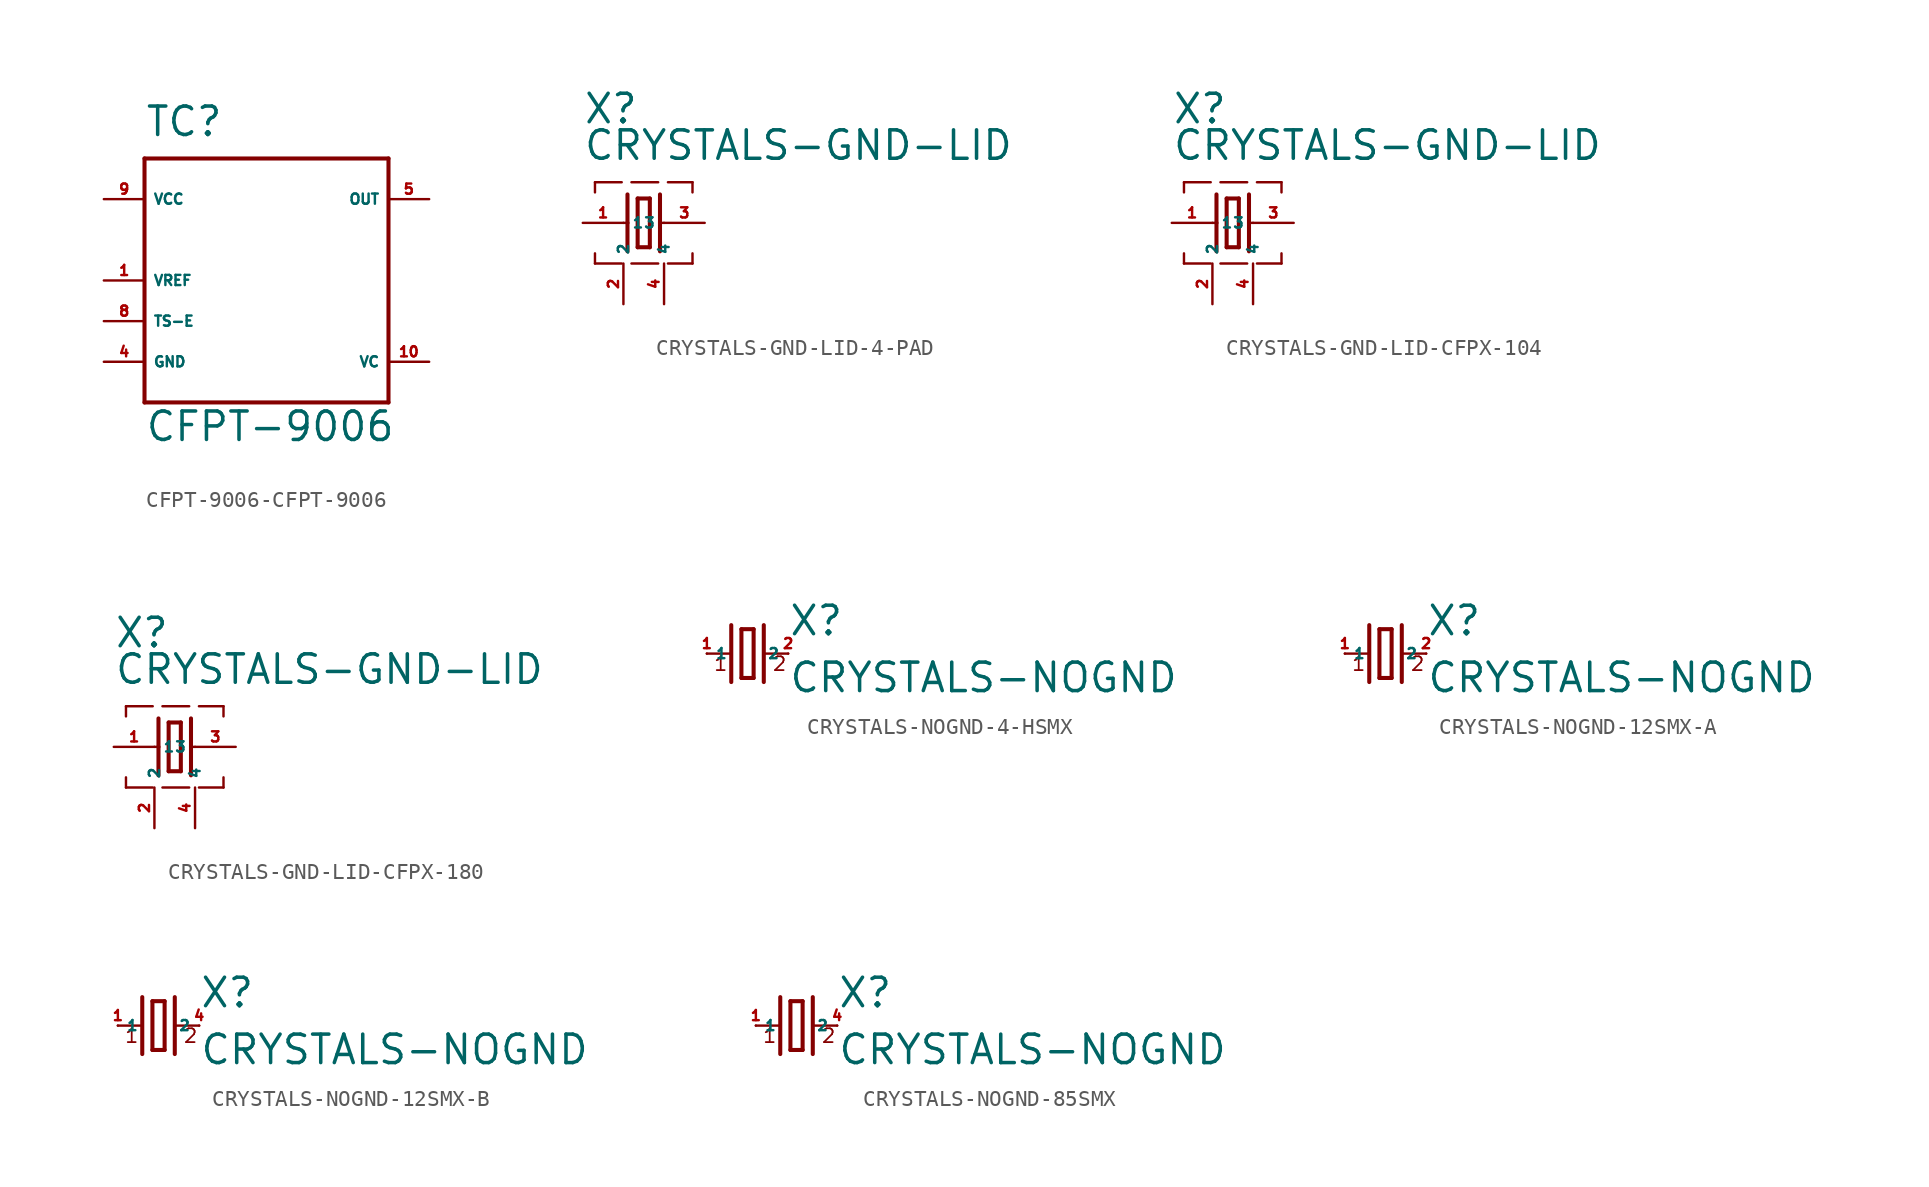
<source format=kicad_sym>
(kicad_symbol_lib
  (version 20220914)
  (generator Eagle2Kicad)
  (symbol "CFPT-9006-CFPT-9006"
    (property "Reference" "TC"
      (at -7.62 6.35 0)
      (effects (font (size 1.778 1.778) (thickness 0.22)) (justify left bottom)))
    (property "Value" "CFPT-9006"
      (at -7.62 -12.7 0)
      (effects (font (size 1.778 1.778) (thickness 0.22)) (justify left bottom)))
    (polyline
      (pts (xy -7.62 5.08) (xy -7.62 -10.16))
      (stroke (width 0.254) (type default))
      (fill (type none)))
    (polyline
      (pts (xy -7.62 -10.16) (xy 7.62 -10.16))
      (stroke (width 0.254) (type default))
      (fill (type none)))
    (polyline
      (pts (xy 7.62 -10.16) (xy 7.62 5.08))
      (stroke (width 0.254) (type default))
      (fill (type none)))
    (polyline
      (pts (xy 7.62 5.08) (xy -7.62 5.08))
      (stroke (width 0.254) (type default))
      (fill (type none)))
    (pin unspecified line
      (at -10.16 2.54 0)
      (length 2.54)
      (name "VCC" (effects (font (size 0.635 0.635) (thickness 0.08)) (justify left bottom)))
      (number "9" (effects (font (size 0.635 0.635) (thickness 0.08)) (justify left bottom))))
    (pin output line
      (at -10.16 -2.54 0)
      (length 2.54)
      (name "VREF" (effects (font (size 0.635 0.635) (thickness 0.08)) (justify left bottom)))
      (number "1" (effects (font (size 0.635 0.635) (thickness 0.08)) (justify left bottom))))
    (pin output line
      (at 10.16 2.54 180)
      (length 2.54)
      (name "OUT" (effects (font (size 0.635 0.635) (thickness 0.08)) (justify left bottom)))
      (number "5" (effects (font (size 0.635 0.635) (thickness 0.08)) (justify left bottom))))
    (pin input line
      (at -10.16 -5.08 0)
      (length 2.54)
      (name "TS-E" (effects (font (size 0.635 0.635) (thickness 0.08)) (justify left bottom)))
      (number "8" (effects (font (size 0.635 0.635) (thickness 0.08)) (justify left bottom))))
    (pin unspecified line
      (at -10.16 -7.62 0)
      (length 2.54)
      (name "GND" (effects (font (size 0.635 0.635) (thickness 0.08)) (justify left bottom)))
      (number "4" (effects (font (size 0.635 0.635) (thickness 0.08)) (justify left bottom))))
    (pin input line
      (at 10.16 -7.62 180)
      (length 2.54)
      (name "VC" (effects (font (size 0.635 0.635) (thickness 0.08)) (justify left bottom)))
      (number "10" (effects (font (size 0.635 0.635) (thickness 0.08)) (justify left bottom)))))
  (symbol "CRYSTALS-GND-LID-4-PAD"
    (property "Reference" "X"
      (at -2.54 6.096 0)
      (effects (font (size 1.778 1.778) (thickness 0.22)) (justify left bottom)))
    (property "Value" "CRYSTALS-GND-LID"
      (at -2.54 3.81 0)
      (effects (font (size 1.778 1.778) (thickness 0.22)) (justify left bottom)))
    (polyline
      (pts (xy 2.286 0) (xy 2.54 0))
      (stroke (width 0.152) (type default))
      (fill (type none)))
    (polyline
      (pts (xy 0 0) (xy 0.254 0))
      (stroke (width 0.152) (type default))
      (fill (type none)))
    (polyline
      (pts (xy 0.889 1.524) (xy 0.889 -1.524))
      (stroke (width 0.254) (type default))
      (fill (type none)))
    (polyline
      (pts (xy 0.889 -1.524) (xy 1.651 -1.524))
      (stroke (width 0.254) (type default))
      (fill (type none)))
    (polyline
      (pts (xy 1.651 -1.524) (xy 1.651 1.524))
      (stroke (width 0.254) (type default))
      (fill (type none)))
    (polyline
      (pts (xy 1.651 1.524) (xy 0.889 1.524))
      (stroke (width 0.254) (type default))
      (fill (type none)))
    (polyline
      (pts (xy 2.286 1.778) (xy 2.286 0))
      (stroke (width 0.254) (type default))
      (fill (type none)))
    (polyline
      (pts (xy 2.286 0) (xy 2.286 -1.778))
      (stroke (width 0.254) (type default))
      (fill (type none)))
    (polyline
      (pts (xy 0.254 1.778) (xy 0.254 0))
      (stroke (width 0.254) (type default))
      (fill (type none)))
    (polyline
      (pts (xy 0.254 0) (xy 0.254 -1.778))
      (stroke (width 0.254) (type default))
      (fill (type none)))
    (polyline
      (pts (xy -1.778 1.905) (xy -1.778 2.54))
      (stroke (width 0.152) (type dash))
      (fill (type none)))
    (polyline
      (pts (xy -1.778 2.54) (xy 4.318 2.54))
      (stroke (width 0.152) (type dash))
      (fill (type none)))
    (polyline
      (pts (xy 4.318 2.54) (xy 4.318 1.905))
      (stroke (width 0.152) (type dash))
      (fill (type none)))
    (polyline
      (pts (xy 4.318 -1.905) (xy 4.318 -2.54))
      (stroke (width 0.152) (type dash))
      (fill (type none)))
    (polyline
      (pts (xy -1.778 -2.54) (xy 4.318 -2.54))
      (stroke (width 0.152) (type dash))
      (fill (type none)))
    (polyline
      (pts (xy -1.778 -2.54) (xy -1.778 -1.905))
      (stroke (width 0.152) (type dash))
      (fill (type none)))
    (pin passive line
      (at 5.08 0 180)
      (length 2.54)
      (name "3" (effects (font (size 0.635 0.635) (thickness 0.08)) (justify left bottom)))
      (number "3" (effects (font (size 0.635 0.635) (thickness 0.08)) (justify left bottom))))
    (pin passive line
      (at -2.54 0 0)
      (length 2.54)
      (name "1" (effects (font (size 0.635 0.635) (thickness 0.08)) (justify left bottom)))
      (number "1" (effects (font (size 0.635 0.635) (thickness 0.08)) (justify left bottom))))
    (pin passive line
      (at 2.54 -5.08 90)
      (length 2.54)
      (name "4" (effects (font (size 0.635 0.635) (thickness 0.08)) (justify left bottom)))
      (number "4" (effects (font (size 0.635 0.635) (thickness 0.08)) (justify left bottom))))
    (pin passive line
      (at 0 -5.08 90)
      (length 2.54)
      (name "2" (effects (font (size 0.635 0.635) (thickness 0.08)) (justify left bottom)))
      (number "2" (effects (font (size 0.635 0.635) (thickness 0.08)) (justify left bottom)))))
  (symbol "CRYSTALS-GND-LID-CFPX-104"
    (property "Reference" "X"
      (at -2.54 6.096 0)
      (effects (font (size 1.778 1.778) (thickness 0.22)) (justify left bottom)))
    (property "Value" "CRYSTALS-GND-LID"
      (at -2.54 3.81 0)
      (effects (font (size 1.778 1.778) (thickness 0.22)) (justify left bottom)))
    (polyline
      (pts (xy 2.286 0) (xy 2.54 0))
      (stroke (width 0.152) (type default))
      (fill (type none)))
    (polyline
      (pts (xy 0 0) (xy 0.254 0))
      (stroke (width 0.152) (type default))
      (fill (type none)))
    (polyline
      (pts (xy 0.889 1.524) (xy 0.889 -1.524))
      (stroke (width 0.254) (type default))
      (fill (type none)))
    (polyline
      (pts (xy 0.889 -1.524) (xy 1.651 -1.524))
      (stroke (width 0.254) (type default))
      (fill (type none)))
    (polyline
      (pts (xy 1.651 -1.524) (xy 1.651 1.524))
      (stroke (width 0.254) (type default))
      (fill (type none)))
    (polyline
      (pts (xy 1.651 1.524) (xy 0.889 1.524))
      (stroke (width 0.254) (type default))
      (fill (type none)))
    (polyline
      (pts (xy 2.286 1.778) (xy 2.286 0))
      (stroke (width 0.254) (type default))
      (fill (type none)))
    (polyline
      (pts (xy 2.286 0) (xy 2.286 -1.778))
      (stroke (width 0.254) (type default))
      (fill (type none)))
    (polyline
      (pts (xy 0.254 1.778) (xy 0.254 0))
      (stroke (width 0.254) (type default))
      (fill (type none)))
    (polyline
      (pts (xy 0.254 0) (xy 0.254 -1.778))
      (stroke (width 0.254) (type default))
      (fill (type none)))
    (polyline
      (pts (xy -1.778 1.905) (xy -1.778 2.54))
      (stroke (width 0.152) (type dash))
      (fill (type none)))
    (polyline
      (pts (xy -1.778 2.54) (xy 4.318 2.54))
      (stroke (width 0.152) (type dash))
      (fill (type none)))
    (polyline
      (pts (xy 4.318 2.54) (xy 4.318 1.905))
      (stroke (width 0.152) (type dash))
      (fill (type none)))
    (polyline
      (pts (xy 4.318 -1.905) (xy 4.318 -2.54))
      (stroke (width 0.152) (type dash))
      (fill (type none)))
    (polyline
      (pts (xy -1.778 -2.54) (xy 4.318 -2.54))
      (stroke (width 0.152) (type dash))
      (fill (type none)))
    (polyline
      (pts (xy -1.778 -2.54) (xy -1.778 -1.905))
      (stroke (width 0.152) (type dash))
      (fill (type none)))
    (pin passive line
      (at 5.08 0 180)
      (length 2.54)
      (name "3" (effects (font (size 0.635 0.635) (thickness 0.08)) (justify left bottom)))
      (number "3" (effects (font (size 0.635 0.635) (thickness 0.08)) (justify left bottom))))
    (pin passive line
      (at -2.54 0 0)
      (length 2.54)
      (name "1" (effects (font (size 0.635 0.635) (thickness 0.08)) (justify left bottom)))
      (number "1" (effects (font (size 0.635 0.635) (thickness 0.08)) (justify left bottom))))
    (pin passive line
      (at 2.54 -5.08 90)
      (length 2.54)
      (name "4" (effects (font (size 0.635 0.635) (thickness 0.08)) (justify left bottom)))
      (number "4" (effects (font (size 0.635 0.635) (thickness 0.08)) (justify left bottom))))
    (pin passive line
      (at 0 -5.08 90)
      (length 2.54)
      (name "2" (effects (font (size 0.635 0.635) (thickness 0.08)) (justify left bottom)))
      (number "2" (effects (font (size 0.635 0.635) (thickness 0.08)) (justify left bottom)))))
  (symbol "CRYSTALS-GND-LID-CFPX-180"
    (property "Reference" "X"
      (at -2.54 6.096 0)
      (effects (font (size 1.778 1.778) (thickness 0.22)) (justify left bottom)))
    (property "Value" "CRYSTALS-GND-LID"
      (at -2.54 3.81 0)
      (effects (font (size 1.778 1.778) (thickness 0.22)) (justify left bottom)))
    (polyline
      (pts (xy 2.286 0) (xy 2.54 0))
      (stroke (width 0.152) (type default))
      (fill (type none)))
    (polyline
      (pts (xy 0 0) (xy 0.254 0))
      (stroke (width 0.152) (type default))
      (fill (type none)))
    (polyline
      (pts (xy 0.889 1.524) (xy 0.889 -1.524))
      (stroke (width 0.254) (type default))
      (fill (type none)))
    (polyline
      (pts (xy 0.889 -1.524) (xy 1.651 -1.524))
      (stroke (width 0.254) (type default))
      (fill (type none)))
    (polyline
      (pts (xy 1.651 -1.524) (xy 1.651 1.524))
      (stroke (width 0.254) (type default))
      (fill (type none)))
    (polyline
      (pts (xy 1.651 1.524) (xy 0.889 1.524))
      (stroke (width 0.254) (type default))
      (fill (type none)))
    (polyline
      (pts (xy 2.286 1.778) (xy 2.286 0))
      (stroke (width 0.254) (type default))
      (fill (type none)))
    (polyline
      (pts (xy 2.286 0) (xy 2.286 -1.778))
      (stroke (width 0.254) (type default))
      (fill (type none)))
    (polyline
      (pts (xy 0.254 1.778) (xy 0.254 0))
      (stroke (width 0.254) (type default))
      (fill (type none)))
    (polyline
      (pts (xy 0.254 0) (xy 0.254 -1.778))
      (stroke (width 0.254) (type default))
      (fill (type none)))
    (polyline
      (pts (xy -1.778 1.905) (xy -1.778 2.54))
      (stroke (width 0.152) (type dash))
      (fill (type none)))
    (polyline
      (pts (xy -1.778 2.54) (xy 4.318 2.54))
      (stroke (width 0.152) (type dash))
      (fill (type none)))
    (polyline
      (pts (xy 4.318 2.54) (xy 4.318 1.905))
      (stroke (width 0.152) (type dash))
      (fill (type none)))
    (polyline
      (pts (xy 4.318 -1.905) (xy 4.318 -2.54))
      (stroke (width 0.152) (type dash))
      (fill (type none)))
    (polyline
      (pts (xy -1.778 -2.54) (xy 4.318 -2.54))
      (stroke (width 0.152) (type dash))
      (fill (type none)))
    (polyline
      (pts (xy -1.778 -2.54) (xy -1.778 -1.905))
      (stroke (width 0.152) (type dash))
      (fill (type none)))
    (pin passive line
      (at 5.08 0 180)
      (length 2.54)
      (name "3" (effects (font (size 0.635 0.635) (thickness 0.08)) (justify left bottom)))
      (number "3" (effects (font (size 0.635 0.635) (thickness 0.08)) (justify left bottom))))
    (pin passive line
      (at -2.54 0 0)
      (length 2.54)
      (name "1" (effects (font (size 0.635 0.635) (thickness 0.08)) (justify left bottom)))
      (number "1" (effects (font (size 0.635 0.635) (thickness 0.08)) (justify left bottom))))
    (pin passive line
      (at 2.54 -5.08 90)
      (length 2.54)
      (name "4" (effects (font (size 0.635 0.635) (thickness 0.08)) (justify left bottom)))
      (number "4" (effects (font (size 0.635 0.635) (thickness 0.08)) (justify left bottom))))
    (pin passive line
      (at 0 -5.08 90)
      (length 2.54)
      (name "2" (effects (font (size 0.635 0.635) (thickness 0.08)) (justify left bottom)))
      (number "2" (effects (font (size 0.635 0.635) (thickness 0.08)) (justify left bottom)))))
  (symbol "CRYSTALS-NOGND-4-HSMX"
    (property "Reference" "X"
      (at 2.54 1.016 0)
      (effects (font (size 1.778 1.778) (thickness 0.22)) (justify left bottom)))
    (property "Value" "CRYSTALS-NOGND"
      (at 2.54 -2.54 0)
      (effects (font (size 1.778 1.778) (thickness 0.22)) (justify left bottom)))
    (polyline
      (pts (xy 1.016 0) (xy 2.54 0))
      (stroke (width 0.152) (type default))
      (fill (type none)))
    (polyline
      (pts (xy -2.54 0) (xy -1.016 0))
      (stroke (width 0.152) (type default))
      (fill (type none)))
    (polyline
      (pts (xy -0.381 1.524) (xy -0.381 -1.524))
      (stroke (width 0.254) (type default))
      (fill (type none)))
    (polyline
      (pts (xy -0.381 -1.524) (xy 0.381 -1.524))
      (stroke (width 0.254) (type default))
      (fill (type none)))
    (polyline
      (pts (xy 0.381 -1.524) (xy 0.381 1.524))
      (stroke (width 0.254) (type default))
      (fill (type none)))
    (polyline
      (pts (xy 0.381 1.524) (xy -0.381 1.524))
      (stroke (width 0.254) (type default))
      (fill (type none)))
    (polyline
      (pts (xy 1.016 1.778) (xy 1.016 -1.778))
      (stroke (width 0.254) (type default))
      (fill (type none)))
    (polyline
      (pts (xy -1.016 1.778) (xy -1.016 -1.778))
      (stroke (width 0.254) (type default))
      (fill (type none)))
    (text "1"
      (at -2.159 -1.143 0)
      (effects (font (size 0.864 0.864) (thickness 0.11)) (justify left bottom)))
    (text "2"
      (at 1.524 -1.143 0)
      (effects (font (size 0.864 0.864) (thickness 0.11)) (justify left bottom)))
    (pin passive line
      (at 2.54 0 180)
      (length 0)
      (name "2" (effects (font (size 0.635 0.635) (thickness 0.08)) (justify left bottom)))
      (number "2" (effects (font (size 0.635 0.635) (thickness 0.08)) (justify left bottom))))
    (pin passive line
      (at -2.54 0 0)
      (length 0)
      (name "1" (effects (font (size 0.635 0.635) (thickness 0.08)) (justify left bottom)))
      (number "1" (effects (font (size 0.635 0.635) (thickness 0.08)) (justify left bottom)))))
  (symbol "CRYSTALS-NOGND-12SMX-A"
    (property "Reference" "X"
      (at 2.54 1.016 0)
      (effects (font (size 1.778 1.778) (thickness 0.22)) (justify left bottom)))
    (property "Value" "CRYSTALS-NOGND"
      (at 2.54 -2.54 0)
      (effects (font (size 1.778 1.778) (thickness 0.22)) (justify left bottom)))
    (polyline
      (pts (xy 1.016 0) (xy 2.54 0))
      (stroke (width 0.152) (type default))
      (fill (type none)))
    (polyline
      (pts (xy -2.54 0) (xy -1.016 0))
      (stroke (width 0.152) (type default))
      (fill (type none)))
    (polyline
      (pts (xy -0.381 1.524) (xy -0.381 -1.524))
      (stroke (width 0.254) (type default))
      (fill (type none)))
    (polyline
      (pts (xy -0.381 -1.524) (xy 0.381 -1.524))
      (stroke (width 0.254) (type default))
      (fill (type none)))
    (polyline
      (pts (xy 0.381 -1.524) (xy 0.381 1.524))
      (stroke (width 0.254) (type default))
      (fill (type none)))
    (polyline
      (pts (xy 0.381 1.524) (xy -0.381 1.524))
      (stroke (width 0.254) (type default))
      (fill (type none)))
    (polyline
      (pts (xy 1.016 1.778) (xy 1.016 -1.778))
      (stroke (width 0.254) (type default))
      (fill (type none)))
    (polyline
      (pts (xy -1.016 1.778) (xy -1.016 -1.778))
      (stroke (width 0.254) (type default))
      (fill (type none)))
    (text "1"
      (at -2.159 -1.143 0)
      (effects (font (size 0.864 0.864) (thickness 0.11)) (justify left bottom)))
    (text "2"
      (at 1.524 -1.143 0)
      (effects (font (size 0.864 0.864) (thickness 0.11)) (justify left bottom)))
    (pin passive line
      (at 2.54 0 180)
      (length 0)
      (name "2" (effects (font (size 0.635 0.635) (thickness 0.08)) (justify left bottom)))
      (number "2" (effects (font (size 0.635 0.635) (thickness 0.08)) (justify left bottom))))
    (pin passive line
      (at -2.54 0 0)
      (length 0)
      (name "1" (effects (font (size 0.635 0.635) (thickness 0.08)) (justify left bottom)))
      (number "1" (effects (font (size 0.635 0.635) (thickness 0.08)) (justify left bottom)))))
  (symbol "CRYSTALS-NOGND-12SMX-B"
    (property "Reference" "X"
      (at 2.54 1.016 0)
      (effects (font (size 1.778 1.778) (thickness 0.22)) (justify left bottom)))
    (property "Value" "CRYSTALS-NOGND"
      (at 2.54 -2.54 0)
      (effects (font (size 1.778 1.778) (thickness 0.22)) (justify left bottom)))
    (polyline
      (pts (xy 1.016 0) (xy 2.54 0))
      (stroke (width 0.152) (type default))
      (fill (type none)))
    (polyline
      (pts (xy -2.54 0) (xy -1.016 0))
      (stroke (width 0.152) (type default))
      (fill (type none)))
    (polyline
      (pts (xy -0.381 1.524) (xy -0.381 -1.524))
      (stroke (width 0.254) (type default))
      (fill (type none)))
    (polyline
      (pts (xy -0.381 -1.524) (xy 0.381 -1.524))
      (stroke (width 0.254) (type default))
      (fill (type none)))
    (polyline
      (pts (xy 0.381 -1.524) (xy 0.381 1.524))
      (stroke (width 0.254) (type default))
      (fill (type none)))
    (polyline
      (pts (xy 0.381 1.524) (xy -0.381 1.524))
      (stroke (width 0.254) (type default))
      (fill (type none)))
    (polyline
      (pts (xy 1.016 1.778) (xy 1.016 -1.778))
      (stroke (width 0.254) (type default))
      (fill (type none)))
    (polyline
      (pts (xy -1.016 1.778) (xy -1.016 -1.778))
      (stroke (width 0.254) (type default))
      (fill (type none)))
    (text "1"
      (at -2.159 -1.143 0)
      (effects (font (size 0.864 0.864) (thickness 0.11)) (justify left bottom)))
    (text "2"
      (at 1.524 -1.143 0)
      (effects (font (size 0.864 0.864) (thickness 0.11)) (justify left bottom)))
    (pin passive line
      (at 2.54 0 180)
      (length 0)
      (name "2" (effects (font (size 0.635 0.635) (thickness 0.08)) (justify left bottom)))
      (number "4" (effects (font (size 0.635 0.635) (thickness 0.08)) (justify left bottom))))
    (pin passive line
      (at -2.54 0 0)
      (length 0)
      (name "1" (effects (font (size 0.635 0.635) (thickness 0.08)) (justify left bottom)))
      (number "1" (effects (font (size 0.635 0.635) (thickness 0.08)) (justify left bottom)))))
  (symbol "CRYSTALS-NOGND-85SMX"
    (property "Reference" "X"
      (at 2.54 1.016 0)
      (effects (font (size 1.778 1.778) (thickness 0.22)) (justify left bottom)))
    (property "Value" "CRYSTALS-NOGND"
      (at 2.54 -2.54 0)
      (effects (font (size 1.778 1.778) (thickness 0.22)) (justify left bottom)))
    (polyline
      (pts (xy 1.016 0) (xy 2.54 0))
      (stroke (width 0.152) (type default))
      (fill (type none)))
    (polyline
      (pts (xy -2.54 0) (xy -1.016 0))
      (stroke (width 0.152) (type default))
      (fill (type none)))
    (polyline
      (pts (xy -0.381 1.524) (xy -0.381 -1.524))
      (stroke (width 0.254) (type default))
      (fill (type none)))
    (polyline
      (pts (xy -0.381 -1.524) (xy 0.381 -1.524))
      (stroke (width 0.254) (type default))
      (fill (type none)))
    (polyline
      (pts (xy 0.381 -1.524) (xy 0.381 1.524))
      (stroke (width 0.254) (type default))
      (fill (type none)))
    (polyline
      (pts (xy 0.381 1.524) (xy -0.381 1.524))
      (stroke (width 0.254) (type default))
      (fill (type none)))
    (polyline
      (pts (xy 1.016 1.778) (xy 1.016 -1.778))
      (stroke (width 0.254) (type default))
      (fill (type none)))
    (polyline
      (pts (xy -1.016 1.778) (xy -1.016 -1.778))
      (stroke (width 0.254) (type default))
      (fill (type none)))
    (text "1"
      (at -2.159 -1.143 0)
      (effects (font (size 0.864 0.864) (thickness 0.11)) (justify left bottom)))
    (text "2"
      (at 1.524 -1.143 0)
      (effects (font (size 0.864 0.864) (thickness 0.11)) (justify left bottom)))
    (pin passive line
      (at 2.54 0 180)
      (length 0)
      (name "2" (effects (font (size 0.635 0.635) (thickness 0.08)) (justify left bottom)))
      (number "4" (effects (font (size 0.635 0.635) (thickness 0.08)) (justify left bottom))))
    (pin passive line
      (at -2.54 0 0)
      (length 0)
      (name "1" (effects (font (size 0.635 0.635) (thickness 0.08)) (justify left bottom)))
      (number "1" (effects (font (size 0.635 0.635) (thickness 0.08)) (justify left bottom))))))
</source>
